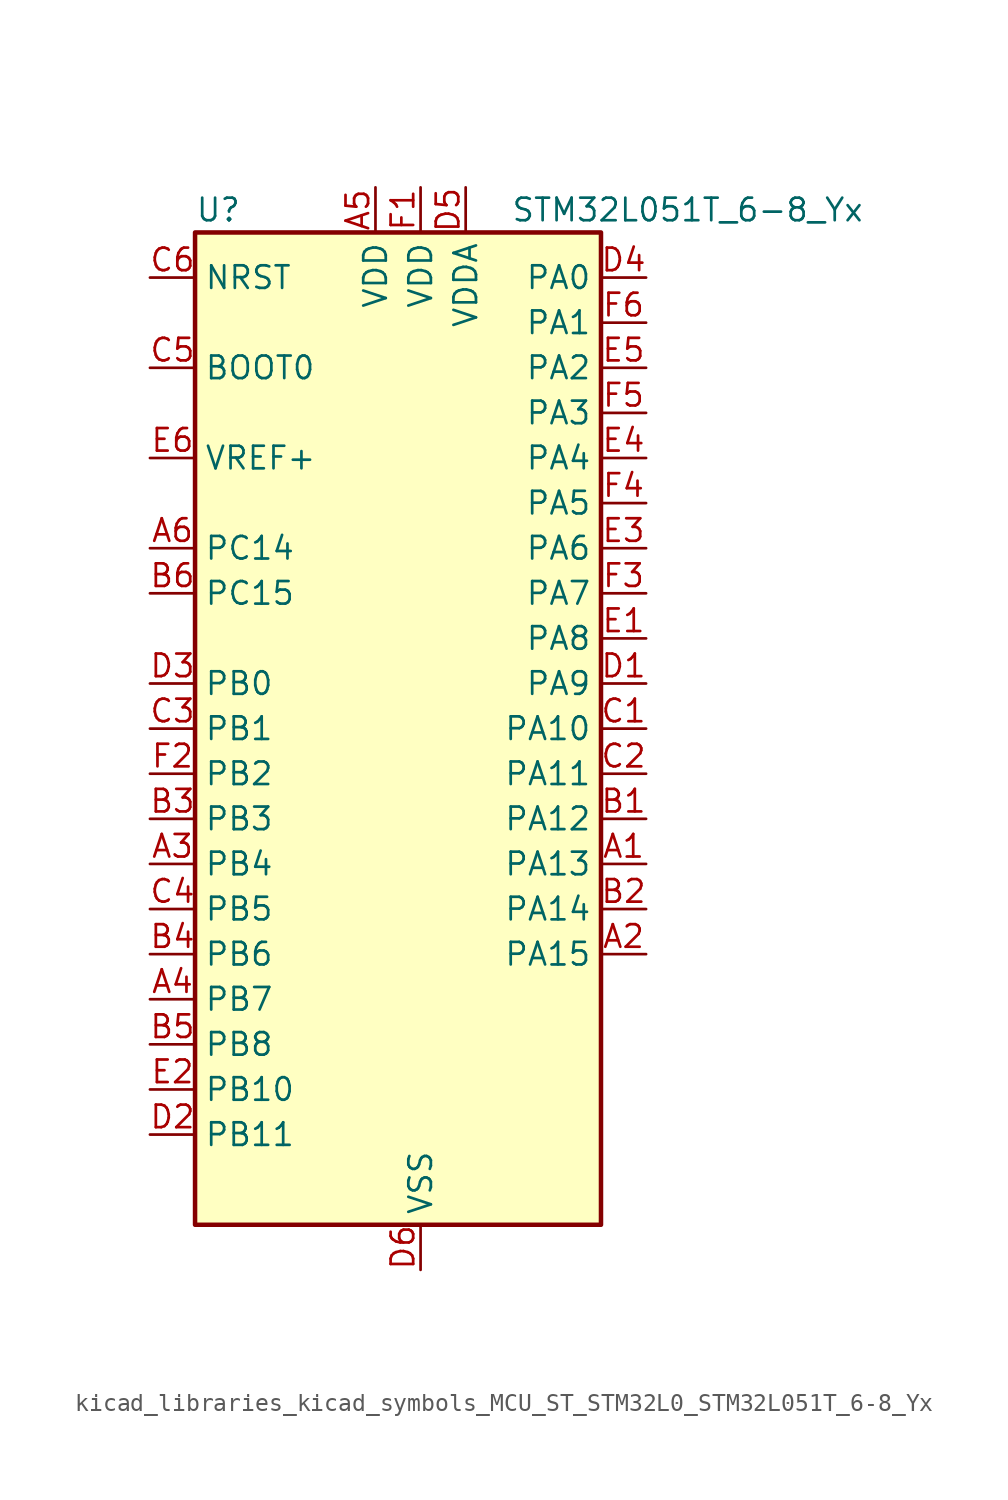
<source format=kicad_sym>
(kicad_symbol_lib
  (version 20220914)
  (generator kicad_symbol_editor)
  (symbol "kicad_libraries_kicad_symbols_MCU_ST_STM32L0_STM32L051T_6-8_Yx"
    (property "Reference" "U"
      (at -10.16 29.21 0)
      (effects (font (size 1.27 1.27)) (justify left)))
    (property "Value" "STM32L051T_6-8_Yx"
      (at 7.62 29.21 0)
      (effects (font (size 1.27 1.27)) (justify left)))
    (property "ki_locked" ""
      (at 0 0 0)
      (effects (font (size 1.27 1.27))))
    (symbol "kicad_libraries_kicad_symbols_MCU_ST_STM32L0_STM32L051T_6-8_Yx_0_1"
      (rectangle (start -10.16 -27.94) (end 12.7 27.94) (stroke (width 0.254) (type default)) (fill (type background))))
    (symbol "kicad_libraries_kicad_symbols_MCU_ST_STM32L0_STM32L051T_6-8_Yx_1_1"
      (pin bidirectional line (at 15.24 -7.62 180) (length 2.54) (name "PA13" (effects (font (size 1.27 1.27)))) (number "A1" (effects (font (size 1.27 1.27)))) (alternate "SYS_SWDIO" bidirectional line))
      (pin bidirectional line (at 15.24 -12.7 180) (length 2.54) (name "PA15" (effects (font (size 1.27 1.27)))) (number "A2" (effects (font (size 1.27 1.27)))) (alternate "SPI1_NSS" bidirectional line) (alternate "TIM2_CH1" bidirectional line) (alternate "TIM2_ETR" bidirectional line) (alternate "USART2_RX" bidirectional line))
      (pin bidirectional line (at -12.7 -7.62 0) (length 2.54) (name "PB4" (effects (font (size 1.27 1.27)))) (number "A3" (effects (font (size 1.27 1.27)))) (alternate "COMP2_INP" bidirectional line) (alternate "SPI1_MISO" bidirectional line) (alternate "TIM22_CH1" bidirectional line))
      (pin bidirectional line (at -12.7 -15.24 0) (length 2.54) (name "PB7" (effects (font (size 1.27 1.27)))) (number "A4" (effects (font (size 1.27 1.27)))) (alternate "COMP2_INP" bidirectional line) (alternate "I2C1_SDA" bidirectional line) (alternate "LPTIM1_IN2" bidirectional line) (alternate "SYS_PVD_IN" bidirectional line) (alternate "USART1_RX" bidirectional line))
      (pin power_in line (at 0 30.48 270) (length 2.54) (name "VDD" (effects (font (size 1.27 1.27)))) (number "A5" (effects (font (size 1.27 1.27)))))
      (pin bidirectional line (at -12.7 10.16 0) (length 2.54) (name "PC14" (effects (font (size 1.27 1.27)))) (number "A6" (effects (font (size 1.27 1.27)))) (alternate "RCC_OSC32_IN" bidirectional line))
      (pin bidirectional line (at 15.24 -5.08 180) (length 2.54) (name "PA12" (effects (font (size 1.27 1.27)))) (number "B1" (effects (font (size 1.27 1.27)))) (alternate "COMP2_OUT" bidirectional line) (alternate "SPI1_MOSI" bidirectional line) (alternate "USART1_DE" bidirectional line) (alternate "USART1_RTS" bidirectional line))
      (pin bidirectional line (at 15.24 -10.16 180) (length 2.54) (name "PA14" (effects (font (size 1.27 1.27)))) (number "B2" (effects (font (size 1.27 1.27)))) (alternate "SYS_SWCLK" bidirectional line) (alternate "USART2_TX" bidirectional line))
      (pin bidirectional line (at -12.7 -5.08 0) (length 2.54) (name "PB3" (effects (font (size 1.27 1.27)))) (number "B3" (effects (font (size 1.27 1.27)))) (alternate "COMP2_INM" bidirectional line) (alternate "SPI1_SCK" bidirectional line) (alternate "TIM2_CH2" bidirectional line))
      (pin bidirectional line (at -12.7 -12.7 0) (length 2.54) (name "PB6" (effects (font (size 1.27 1.27)))) (number "B4" (effects (font (size 1.27 1.27)))) (alternate "COMP2_INP" bidirectional line) (alternate "I2C1_SCL" bidirectional line) (alternate "LPTIM1_ETR" bidirectional line) (alternate "USART1_TX" bidirectional line))
      (pin bidirectional line (at -12.7 -17.78 0) (length 2.54) (name "PB8" (effects (font (size 1.27 1.27)))) (number "B5" (effects (font (size 1.27 1.27)))) (alternate "I2C1_SCL" bidirectional line))
      (pin bidirectional line (at -12.7 7.62 0) (length 2.54) (name "PC15" (effects (font (size 1.27 1.27)))) (number "B6" (effects (font (size 1.27 1.27)))) (alternate "RCC_OSC32_OUT" bidirectional line))
      (pin bidirectional line (at 15.24 0 180) (length 2.54) (name "PA10" (effects (font (size 1.27 1.27)))) (number "C1" (effects (font (size 1.27 1.27)))) (alternate "USART1_RX" bidirectional line))
      (pin bidirectional line (at 15.24 -2.54 180) (length 2.54) (name "PA11" (effects (font (size 1.27 1.27)))) (number "C2" (effects (font (size 1.27 1.27)))) (alternate "ADC_EXTI11" bidirectional line) (alternate "COMP1_OUT" bidirectional line) (alternate "SPI1_MISO" bidirectional line) (alternate "USART1_CTS" bidirectional line))
      (pin bidirectional line (at -12.7 0 0) (length 2.54) (name "PB1" (effects (font (size 1.27 1.27)))) (number "C3" (effects (font (size 1.27 1.27)))) (alternate "ADC_IN9" bidirectional line) (alternate "LPUART1_DE" bidirectional line) (alternate "LPUART1_RTS" bidirectional line) (alternate "SYS_VREF_OUT_PB1" bidirectional line))
      (pin bidirectional line (at -12.7 -10.16 0) (length 2.54) (name "PB5" (effects (font (size 1.27 1.27)))) (number "C4" (effects (font (size 1.27 1.27)))) (alternate "COMP2_INP" bidirectional line) (alternate "I2C1_SMBA" bidirectional line) (alternate "LPTIM1_IN1" bidirectional line) (alternate "SPI1_MOSI" bidirectional line) (alternate "TIM22_CH2" bidirectional line))
      (pin input line (at -12.7 20.32 0) (length 2.54) (name "BOOT0" (effects (font (size 1.27 1.27)))) (number "C5" (effects (font (size 1.27 1.27)))))
      (pin input line (at -12.7 25.4 0) (length 2.54) (name "NRST" (effects (font (size 1.27 1.27)))) (number "C6" (effects (font (size 1.27 1.27)))))
      (pin bidirectional line (at 15.24 2.54 180) (length 2.54) (name "PA9" (effects (font (size 1.27 1.27)))) (number "D1" (effects (font (size 1.27 1.27)))) (alternate "RCC_MCO" bidirectional line) (alternate "USART1_TX" bidirectional line))
      (pin bidirectional line (at -12.7 -22.86 0) (length 2.54) (name "PB11" (effects (font (size 1.27 1.27)))) (number "D2" (effects (font (size 1.27 1.27)))) (alternate "ADC_EXTI11" bidirectional line) (alternate "I2C2_SDA" bidirectional line) (alternate "LPUART1_RX" bidirectional line) (alternate "TIM2_CH4" bidirectional line))
      (pin bidirectional line (at -12.7 2.54 0) (length 2.54) (name "PB0" (effects (font (size 1.27 1.27)))) (number "D3" (effects (font (size 1.27 1.27)))) (alternate "ADC_IN8" bidirectional line) (alternate "SYS_VREF_OUT_PB0" bidirectional line))
      (pin bidirectional line (at 15.24 25.4 180) (length 2.54) (name "PA0" (effects (font (size 1.27 1.27)))) (number "D4" (effects (font (size 1.27 1.27)))) (alternate "ADC_IN0" bidirectional line) (alternate "COMP1_INM" bidirectional line) (alternate "COMP1_OUT" bidirectional line) (alternate "RTC_TAMP2" bidirectional line) (alternate "SYS_WKUP1" bidirectional line) (alternate "TIM2_CH1" bidirectional line) (alternate "TIM2_ETR" bidirectional line) (alternate "USART2_CTS" bidirectional line))
      (pin power_in line (at 5.08 30.48 270) (length 2.54) (name "VDDA" (effects (font (size 1.27 1.27)))) (number "D5" (effects (font (size 1.27 1.27)))))
      (pin power_in line (at 2.54 -30.48 90) (length 2.54) (name "VSS" (effects (font (size 1.27 1.27)))) (number "D6" (effects (font (size 1.27 1.27)))))
      (pin bidirectional line (at 15.24 5.08 180) (length 2.54) (name "PA8" (effects (font (size 1.27 1.27)))) (number "E1" (effects (font (size 1.27 1.27)))) (alternate "CRS_SYNC" bidirectional line) (alternate "RCC_MCO" bidirectional line) (alternate "USART1_CK" bidirectional line))
      (pin bidirectional line (at -12.7 -20.32 0) (length 2.54) (name "PB10" (effects (font (size 1.27 1.27)))) (number "E2" (effects (font (size 1.27 1.27)))) (alternate "I2C2_SCL" bidirectional line) (alternate "LPUART1_TX" bidirectional line) (alternate "TIM2_CH3" bidirectional line))
      (pin bidirectional line (at 15.24 10.16 180) (length 2.54) (name "PA6" (effects (font (size 1.27 1.27)))) (number "E3" (effects (font (size 1.27 1.27)))) (alternate "ADC_IN6" bidirectional line) (alternate "COMP1_OUT" bidirectional line) (alternate "LPUART1_CTS" bidirectional line) (alternate "SPI1_MISO" bidirectional line) (alternate "TIM22_CH1" bidirectional line))
      (pin bidirectional line (at 15.24 15.24 180) (length 2.54) (name "PA4" (effects (font (size 1.27 1.27)))) (number "E4" (effects (font (size 1.27 1.27)))) (alternate "ADC_IN4" bidirectional line) (alternate "COMP1_INM" bidirectional line) (alternate "COMP2_INM" bidirectional line) (alternate "SPI1_NSS" bidirectional line) (alternate "TIM22_ETR" bidirectional line) (alternate "USART2_CK" bidirectional line))
      (pin bidirectional line (at 15.24 20.32 180) (length 2.54) (name "PA2" (effects (font (size 1.27 1.27)))) (number "E5" (effects (font (size 1.27 1.27)))) (alternate "ADC_IN2" bidirectional line) (alternate "COMP2_INM" bidirectional line) (alternate "COMP2_OUT" bidirectional line) (alternate "TIM21_CH1" bidirectional line) (alternate "TIM2_CH3" bidirectional line) (alternate "USART2_TX" bidirectional line))
      (pin input line (at -12.7 15.24 0) (length 2.54) (name "VREF+" (effects (font (size 1.27 1.27)))) (number "E6" (effects (font (size 1.27 1.27)))))
      (pin power_in line (at 2.54 30.48 270) (length 2.54) (name "VDD" (effects (font (size 1.27 1.27)))) (number "F1" (effects (font (size 1.27 1.27)))))
      (pin bidirectional line (at -12.7 -2.54 0) (length 2.54) (name "PB2" (effects (font (size 1.27 1.27)))) (number "F2" (effects (font (size 1.27 1.27)))) (alternate "LPTIM1_OUT" bidirectional line))
      (pin bidirectional line (at 15.24 7.62 180) (length 2.54) (name "PA7" (effects (font (size 1.27 1.27)))) (number "F3" (effects (font (size 1.27 1.27)))) (alternate "ADC_IN7" bidirectional line) (alternate "COMP2_OUT" bidirectional line) (alternate "SPI1_MOSI" bidirectional line) (alternate "TIM22_CH2" bidirectional line))
      (pin bidirectional line (at 15.24 12.7 180) (length 2.54) (name "PA5" (effects (font (size 1.27 1.27)))) (number "F4" (effects (font (size 1.27 1.27)))) (alternate "ADC_IN5" bidirectional line) (alternate "COMP1_INM" bidirectional line) (alternate "COMP2_INM" bidirectional line) (alternate "SPI1_SCK" bidirectional line) (alternate "TIM2_CH1" bidirectional line) (alternate "TIM2_ETR" bidirectional line))
      (pin bidirectional line (at 15.24 17.78 180) (length 2.54) (name "PA3" (effects (font (size 1.27 1.27)))) (number "F5" (effects (font (size 1.27 1.27)))) (alternate "ADC_IN3" bidirectional line) (alternate "COMP2_INP" bidirectional line) (alternate "TIM21_CH2" bidirectional line) (alternate "TIM2_CH4" bidirectional line) (alternate "USART2_RX" bidirectional line))
      (pin bidirectional line (at 15.24 22.86 180) (length 2.54) (name "PA1" (effects (font (size 1.27 1.27)))) (number "F6" (effects (font (size 1.27 1.27)))) (alternate "ADC_IN1" bidirectional line) (alternate "COMP1_INP" bidirectional line) (alternate "TIM21_ETR" bidirectional line) (alternate "TIM2_CH2" bidirectional line) (alternate "USART2_DE" bidirectional line) (alternate "USART2_RTS" bidirectional line)))))
</source>
